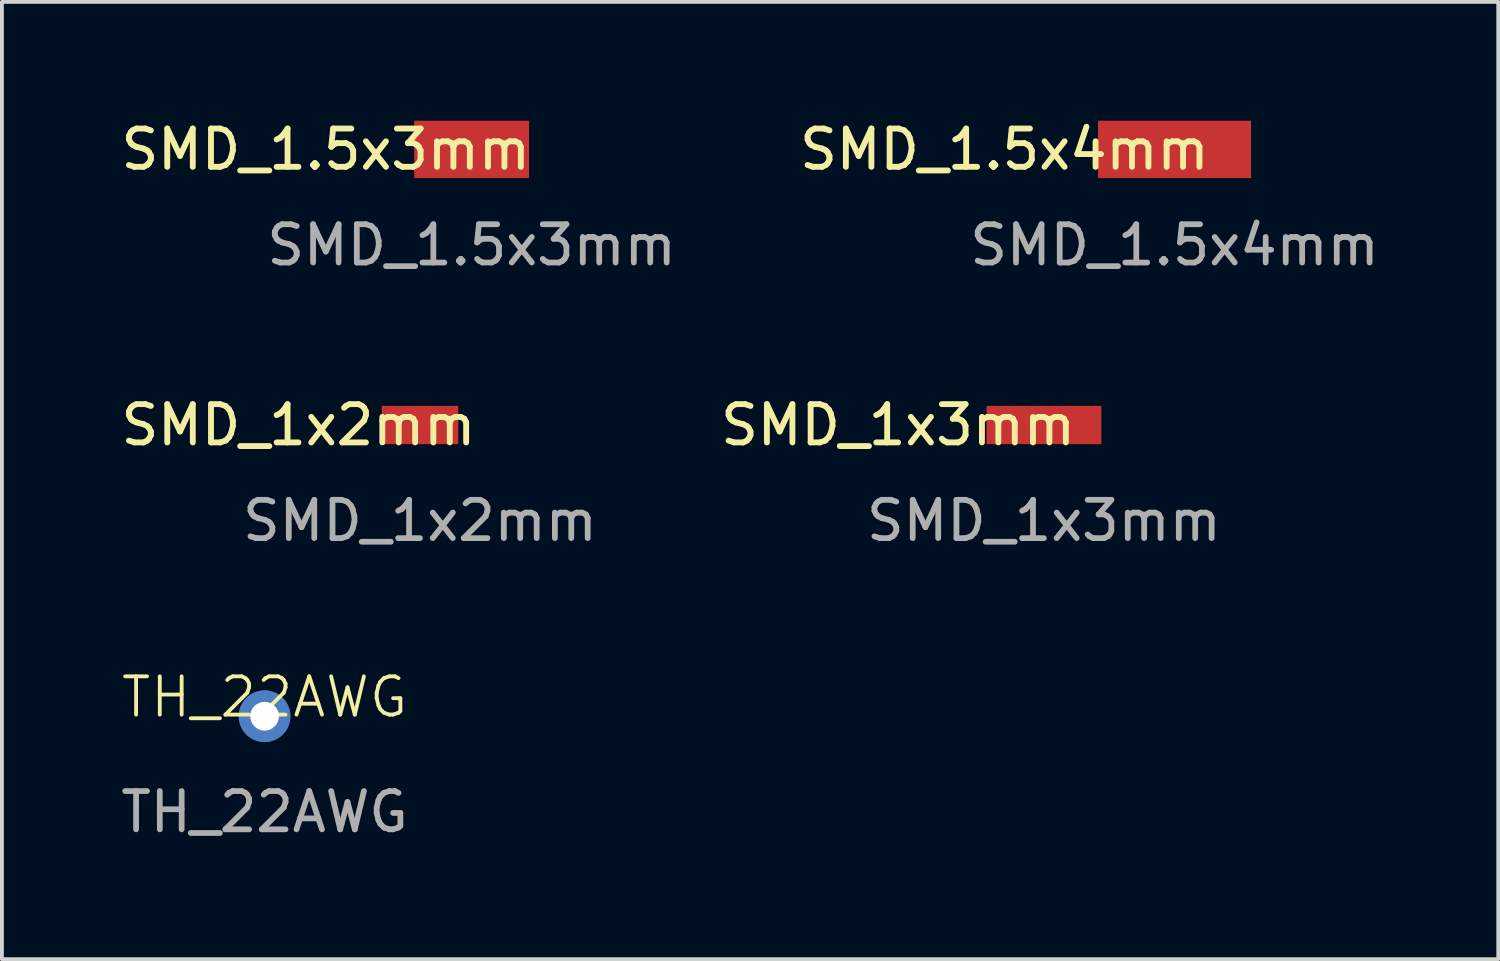
<source format=kicad_pcb>
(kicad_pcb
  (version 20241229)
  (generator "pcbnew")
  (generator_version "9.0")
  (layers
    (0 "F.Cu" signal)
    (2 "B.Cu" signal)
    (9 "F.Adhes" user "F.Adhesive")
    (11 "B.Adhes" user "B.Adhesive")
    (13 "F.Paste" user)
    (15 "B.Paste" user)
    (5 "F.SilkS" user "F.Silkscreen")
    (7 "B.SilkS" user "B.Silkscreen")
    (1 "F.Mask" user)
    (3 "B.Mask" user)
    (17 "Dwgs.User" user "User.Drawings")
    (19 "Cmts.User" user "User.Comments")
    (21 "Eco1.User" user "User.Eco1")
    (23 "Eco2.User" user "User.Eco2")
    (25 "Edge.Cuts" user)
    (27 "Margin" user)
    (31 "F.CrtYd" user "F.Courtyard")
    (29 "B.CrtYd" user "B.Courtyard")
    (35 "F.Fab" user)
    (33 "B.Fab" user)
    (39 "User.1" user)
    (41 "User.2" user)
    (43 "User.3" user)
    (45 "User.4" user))
  (footprint "SMD_1x2mm"
    (layer "F.Cu")
    (at 7.924 8.055)
    (property "Reference" "SMD_1x2mm" (at -3.175 0 0) (unlocked yes) (layer "F.SilkS") (effects (font (size 1 1) (thickness 0.153))))
    (attr smd)
    (fp_text user "${REFERENCE}" (at 0 2.5 0) (unlocked yes) (layer "F.Fab") (effects (font (size 1 1) (thickness 0.15))))
    (pad "1" smd rect (at 0 0) (size 2 1) (layers "F.Cu" "F.Mask" "F.Paste")))
  (footprint "SMD_1.5x4mm"
    (layer "F.Cu")
    (at 27.639 0.854)
    (property "Reference" "SMD_1.5x4mm" (at -4.445 0 0) (unlocked yes) (layer "F.SilkS") (effects (font (size 1 1) (thickness 0.153))))
    (attr smd)
    (fp_text user "${REFERENCE}" (at 0 2.5 0) (unlocked yes) (layer "F.Fab") (effects (font (size 1 1) (thickness 0.15))))
    (pad "1" smd rect (at 0 0) (size 4 1.5) (layers "F.Cu" "F.Mask" "F.Paste")))
  (footprint "SMD_1.5x3mm"
    (layer "F.Cu")
    (at 9.273 0.854)
    (property "Reference" "SMD_1.5x3mm" (at -3.81 0 0) (unlocked yes) (layer "F.SilkS") (effects (font (size 1 1) (thickness 0.153))))
    (attr smd)
    (fp_text user "${REFERENCE}" (at 0 2.5 0) (unlocked yes) (layer "F.Fab") (effects (font (size 1 1) (thickness 0.15))))
    (pad "1" smd rect (at 0 0) (size 3 1.5) (layers "F.Cu" "F.Mask" "F.Paste")))
  (footprint "TH_22AWG"
    (layer "F.Cu")
    (at 3.863 15.664)
    (property "Reference" "TH_22AWG" (at 0 -0.5 0) (unlocked yes) (layer "F.SilkS") (effects (font (size 1 1) (thickness 0.1))))
    (attr through_hole)
    (fp_text user "${REFERENCE}" (at 0 2.5 0) (unlocked yes) (layer "F.Fab") (effects (font (size 1 1) (thickness 0.15))))
    (pad "1" thru_hole circle (at 0 0) (size 1.35 1.35) (drill 0.75) (layers "*.Cu" "*.Mask")))
  (footprint "SMD_1x3mm"
    (layer "F.Cu")
    (at 24.226 8.055)
    (property "Reference" "SMD_1x3mm" (at -3.81 0 0) (unlocked yes) (layer "F.SilkS") (effects (font (size 1 1) (thickness 0.153))))
    (attr smd)
    (fp_text user "${REFERENCE}" (at 0 2.5 0) (unlocked yes) (layer "F.Fab") (effects (font (size 1 1) (thickness 0.15))))
    (pad "1" smd rect (at 0 0) (size 3 1) (layers "F.Cu" "F.Mask" "F.Paste")))
  (gr_rect
    (start -3 -3)
    (end 36.097 22.012)
    (stroke (width 0.1) (type default))
    (fill no)
    (layer "Edge.Cuts")))
</source>
